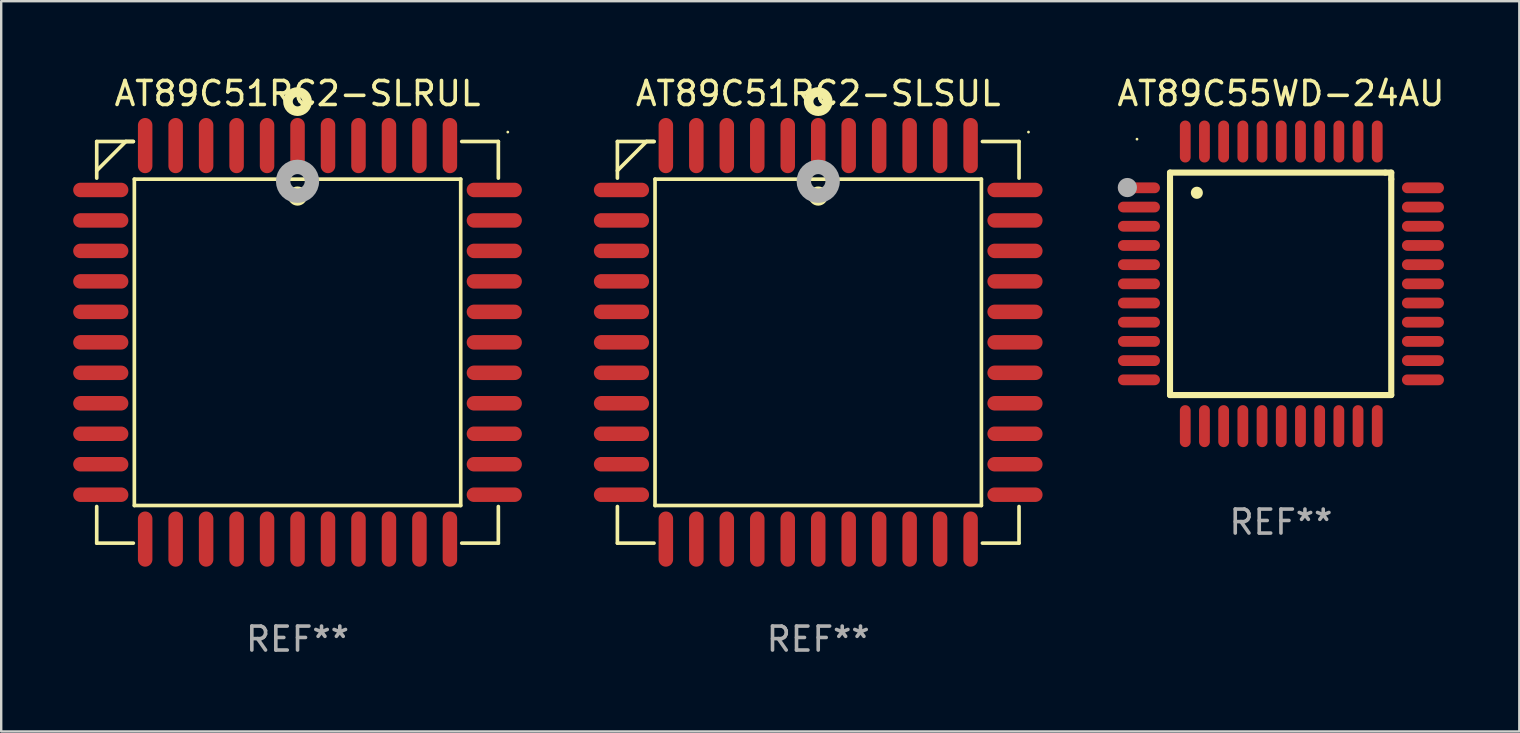
<source format=kicad_pcb>
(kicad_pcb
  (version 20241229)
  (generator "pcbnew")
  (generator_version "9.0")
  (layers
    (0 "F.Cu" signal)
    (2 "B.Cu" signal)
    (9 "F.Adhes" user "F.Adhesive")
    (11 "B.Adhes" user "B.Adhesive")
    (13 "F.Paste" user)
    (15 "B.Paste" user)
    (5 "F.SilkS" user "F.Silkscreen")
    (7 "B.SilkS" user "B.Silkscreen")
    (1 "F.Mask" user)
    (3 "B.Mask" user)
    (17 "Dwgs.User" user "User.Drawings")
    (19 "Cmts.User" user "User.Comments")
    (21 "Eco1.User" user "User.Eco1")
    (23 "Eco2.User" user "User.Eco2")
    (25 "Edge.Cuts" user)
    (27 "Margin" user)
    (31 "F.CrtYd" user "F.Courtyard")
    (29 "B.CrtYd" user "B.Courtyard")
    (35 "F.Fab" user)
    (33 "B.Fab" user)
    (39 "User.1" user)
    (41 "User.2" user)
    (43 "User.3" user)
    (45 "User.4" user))
  (footprint "AT89C55WD-24AU"
    (layer "F.Cu")
    (at 50.335 8.779)
    (property "Reference" "AT89C55WD-24AU" (at 0 -7.931 0) (layer "F.SilkS") (effects (font (size 1 1) (thickness 0.15))))
    (attr through_hole)
    (fp_line (start -4.623 -4.636) (end 4.35 -4.636) (stroke (width 0.254) (type solid)) (layer "F.SilkS"))
    (fp_line (start -4.623 4.636) (end -4.623 -4.636) (stroke (width 0.254) (type solid)) (layer "F.SilkS"))
    (fp_line (start 4.35 -4.636) (end 4.597 -4.636) (stroke (width 0.254) (type solid)) (layer "F.SilkS"))
    (fp_line (start 4.597 -4.636) (end 4.597 -4.363) (stroke (width 0.254) (type solid)) (layer "F.SilkS"))
    (fp_line (start 4.597 -4.363) (end 4.597 4.636) (stroke (width 0.254) (type solid)) (layer "F.SilkS"))
    (fp_line (start 4.597 4.636) (end -4.623 4.636) (stroke (width 0.254) (type solid)) (layer "F.SilkS"))
    (fp_arc (start -3.505207 -3.792228) (mid -3.50522 -3.794768) (end -3.505207 -3.797308) (stroke (width 0.5) (type solid)) (layer "F.SilkS"))
    (fp_circle (center -6 -6.03) (end -5.97 -6.03) (stroke (width 0.06) (type solid)) (fill no) (layer "F.SilkS"))
    (fp_circle (center -6.401 -4.013) (end -6.201 -4.013) (stroke (width 0.4) (type solid)) (fill no) (layer "F.Fab"))
    (fp_text user "REF**" (at 0 9.931 0) (layer "F.Fab") (effects (font (size 1 1) (thickness 0.15))))
    (pad "1" smd oval (at -5.918 -4.001 90) (size 0.45 1.75) (layers "F.Cu" "F.Mask" "F.Paste"))
    (pad "2" smd oval (at -5.918 -3.2 90) (size 0.45 1.75) (layers "F.Cu" "F.Mask" "F.Paste"))
    (pad "3" smd oval (at -5.918 -2.4 90) (size 0.45 1.75) (layers "F.Cu" "F.Mask" "F.Paste"))
    (pad "4" smd oval (at -5.918 -1.6 90) (size 0.45 1.75) (layers "F.Cu" "F.Mask" "F.Paste"))
    (pad "5" smd oval (at -5.918 -0.8 90) (size 0.45 1.75) (layers "F.Cu" "F.Mask" "F.Paste"))
    (pad "6" smd oval (at -5.918 0 90) (size 0.45 1.75) (layers "F.Cu" "F.Mask" "F.Paste"))
    (pad "7" smd oval (at -5.918 0.8 90) (size 0.45 1.75) (layers "F.Cu" "F.Mask" "F.Paste"))
    (pad "8" smd oval (at -5.918 1.6 90) (size 0.45 1.75) (layers "F.Cu" "F.Mask" "F.Paste"))
    (pad "9" smd oval (at -5.918 2.4 90) (size 0.45 1.75) (layers "F.Cu" "F.Mask" "F.Paste"))
    (pad "10" smd oval (at -5.918 3.2 90) (size 0.45 1.75) (layers "F.Cu" "F.Mask" "F.Paste"))
    (pad "11" smd oval (at -5.918 4.001 90) (size 0.45 1.75) (layers "F.Cu" "F.Mask" "F.Paste"))
    (pad "12" smd oval (at -3.988 5.931) (size 0.45 1.75) (layers "F.Cu" "F.Mask" "F.Paste"))
    (pad "13" smd oval (at -3.188 5.931) (size 0.45 1.75) (layers "F.Cu" "F.Mask" "F.Paste"))
    (pad "14" smd oval (at -2.388 5.931) (size 0.45 1.75) (layers "F.Cu" "F.Mask" "F.Paste"))
    (pad "15" smd oval (at -1.588 5.931) (size 0.45 1.75) (layers "F.Cu" "F.Mask" "F.Paste"))
    (pad "16" smd oval (at -0.787 5.931) (size 0.45 1.75) (layers "F.Cu" "F.Mask" "F.Paste"))
    (pad "17" smd oval (at 0.013 5.931) (size 0.45 1.75) (layers "F.Cu" "F.Mask" "F.Paste"))
    (pad "18" smd oval (at 0.813 5.931) (size 0.45 1.75) (layers "F.Cu" "F.Mask" "F.Paste"))
    (pad "19" smd oval (at 1.613 5.931) (size 0.45 1.75) (layers "F.Cu" "F.Mask" "F.Paste"))
    (pad "20" smd oval (at 2.413 5.931) (size 0.45 1.75) (layers "F.Cu" "F.Mask" "F.Paste"))
    (pad "21" smd oval (at 3.213 5.931) (size 0.45 1.75) (layers "F.Cu" "F.Mask" "F.Paste"))
    (pad "22" smd oval (at 4.013 5.931) (size 0.45 1.75) (layers "F.Cu" "F.Mask" "F.Paste"))
    (pad "23" smd oval (at 5.918 4.001 90) (size 0.45 1.75) (layers "F.Cu" "F.Mask" "F.Paste"))
    (pad "24" smd oval (at 5.918 3.2 90) (size 0.45 1.75) (layers "F.Cu" "F.Mask" "F.Paste"))
    (pad "25" smd oval (at 5.918 2.4 90) (size 0.45 1.75) (layers "F.Cu" "F.Mask" "F.Paste"))
    (pad "26" smd oval (at 5.918 1.6 90) (size 0.45 1.75) (layers "F.Cu" "F.Mask" "F.Paste"))
    (pad "27" smd oval (at 5.918 0.8 90) (size 0.45 1.75) (layers "F.Cu" "F.Mask" "F.Paste"))
    (pad "28" smd oval (at 5.918 0 90) (size 0.45 1.75) (layers "F.Cu" "F.Mask" "F.Paste"))
    (pad "29" smd oval (at 5.918 -0.8 90) (size 0.45 1.75) (layers "F.Cu" "F.Mask" "F.Paste"))
    (pad "30" smd oval (at 5.918 -1.6 90) (size 0.45 1.75) (layers "F.Cu" "F.Mask" "F.Paste"))
    (pad "31" smd oval (at 5.918 -2.4 90) (size 0.45 1.75) (layers "F.Cu" "F.Mask" "F.Paste"))
    (pad "32" smd oval (at 5.918 -3.2 90) (size 0.45 1.75) (layers "F.Cu" "F.Mask" "F.Paste"))
    (pad "33" smd oval (at 5.918 -4.001 90) (size 0.45 1.75) (layers "F.Cu" "F.Mask" "F.Paste"))
    (pad "34" smd oval (at 4.013 -5.931) (size 0.45 1.75) (layers "F.Cu" "F.Mask" "F.Paste"))
    (pad "35" smd oval (at 3.213 -5.931) (size 0.45 1.75) (layers "F.Cu" "F.Mask" "F.Paste"))
    (pad "36" smd oval (at 2.413 -5.931) (size 0.45 1.75) (layers "F.Cu" "F.Mask" "F.Paste"))
    (pad "37" smd oval (at 1.613 -5.931) (size 0.45 1.75) (layers "F.Cu" "F.Mask" "F.Paste"))
    (pad "38" smd oval (at 0.813 -5.931) (size 0.45 1.75) (layers "F.Cu" "F.Mask" "F.Paste"))
    (pad "39" smd oval (at 0.013 -5.931) (size 0.45 1.75) (layers "F.Cu" "F.Mask" "F.Paste"))
    (pad "40" smd oval (at -0.787 -5.931) (size 0.45 1.75) (layers "F.Cu" "F.Mask" "F.Paste"))
    (pad "41" smd oval (at -1.588 -5.931) (size 0.45 1.75) (layers "F.Cu" "F.Mask" "F.Paste"))
    (pad "42" smd oval (at -2.388 -5.931) (size 0.45 1.75) (layers "F.Cu" "F.Mask" "F.Paste"))
    (pad "43" smd oval (at -3.188 -5.931) (size 0.45 1.75) (layers "F.Cu" "F.Mask" "F.Paste"))
    (pad "44" smd oval (at -3.988 -5.931) (size 0.45 1.75) (layers "F.Cu" "F.Mask" "F.Paste")))
  (footprint "AT89C51RC2-SLRUL"
    (layer "F.Cu")
    (at 9.35 11.217)
    (property "Reference" "AT89C51RC2-SLRUL" (at 0 -10.369 0) (layer "F.SilkS") (effects (font (size 1 1) (thickness 0.15))))
    (attr through_hole)
    (fp_line (start -8.369 -8.369) (end -8.369 -6.843) (stroke (width 0.152) (type solid)) (layer "F.SilkS"))
    (fp_line (start -8.369 8.369) (end -8.369 6.843) (stroke (width 0.152) (type solid)) (layer "F.SilkS"))
    (fp_line (start -7.156 -8.369) (end -8.369 -7.156) (stroke (width 0.152) (type solid)) (layer "F.SilkS"))
    (fp_line (start -6.843 -8.369) (end -8.369 -8.369) (stroke (width 0.152) (type solid)) (layer "F.SilkS"))
    (fp_line (start -6.843 -8.369) (end -7.156 -8.369) (stroke (width 0.152) (type solid)) (layer "F.SilkS"))
    (fp_line (start -6.843 8.369) (end -8.369 8.369) (stroke (width 0.152) (type solid)) (layer "F.SilkS"))
    (fp_line (start -6.801 -6.801) (end 6.801 -6.801) (stroke (width 0.152) (type solid)) (layer "F.SilkS"))
    (fp_line (start -6.801 6.801) (end -6.801 -6.801) (stroke (width 0.152) (type solid)) (layer "F.SilkS"))
    (fp_line (start 6.801 -6.801) (end 6.801 6.801) (stroke (width 0.152) (type solid)) (layer "F.SilkS"))
    (fp_line (start 6.801 6.801) (end -6.801 6.801) (stroke (width 0.152) (type solid)) (layer "F.SilkS"))
    (fp_line (start 6.843 -8.369) (end 8.369 -8.369) (stroke (width 0.152) (type solid)) (layer "F.SilkS"))
    (fp_line (start 6.843 8.369) (end 8.369 8.369) (stroke (width 0.152) (type solid)) (layer "F.SilkS"))
    (fp_line (start 8.369 -8.369) (end 8.369 -6.843) (stroke (width 0.152) (type solid)) (layer "F.SilkS"))
    (fp_line (start 8.369 8.369) (end 8.369 6.843) (stroke (width 0.152) (type solid)) (layer "F.SilkS"))
    (fp_circle (center -0.000013 -6.096) (end 0.2 -6.096) (stroke (width 0.4) (type solid)) (fill no) (layer "F.SilkS"))
    (fp_circle (center 0.000114 -10.033) (end 0.2 -10.033) (stroke (width 0.4) (type solid)) (fill no) (layer "F.SilkS"))
    (fp_circle (center 8.763 -8.763) (end 8.793 -8.763) (stroke (width 0.06) (type solid)) (fill no) (layer "F.SilkS"))
    (fp_circle (center 0.000114 -6.712) (end 0.3 -6.712) (stroke (width 0.6) (type solid)) (fill no) (layer "F.Fab"))
    (fp_text user "REF**" (at 0 12.369 0) (layer "F.Fab") (effects (font (size 1 1) (thickness 0.15))))
    (pad "1" smd oval (at 0.000114 -8.2) (size 0.604 2.3) (layers "F.Cu" "F.Mask" "F.Paste"))
    (pad "2" smd oval (at -1.27 -8.2) (size 0.604 2.3) (layers "F.Cu" "F.Mask" "F.Paste"))
    (pad "3" smd oval (at -2.54 -8.2) (size 0.604 2.3) (layers "F.Cu" "F.Mask" "F.Paste"))
    (pad "4" smd oval (at -3.81 -8.2) (size 0.604 2.3) (layers "F.Cu" "F.Mask" "F.Paste"))
    (pad "5" smd oval (at -5.08 -8.2) (size 0.604 2.3) (layers "F.Cu" "F.Mask" "F.Paste"))
    (pad "6" smd oval (at -6.35 -8.2) (size 0.604 2.3) (layers "F.Cu" "F.Mask" "F.Paste"))
    (pad "7" smd oval (at -8.2 -6.35) (size 2.3 0.604) (layers "F.Cu" "F.Mask" "F.Paste"))
    (pad "8" smd oval (at -8.2 -5.08) (size 2.3 0.604) (layers "F.Cu" "F.Mask" "F.Paste"))
    (pad "9" smd oval (at -8.2 -3.81) (size 2.3 0.604) (layers "F.Cu" "F.Mask" "F.Paste"))
    (pad "10" smd oval (at -8.2 -2.54) (size 2.3 0.604) (layers "F.Cu" "F.Mask" "F.Paste"))
    (pad "11" smd oval (at -8.2 -1.27) (size 2.3 0.604) (layers "F.Cu" "F.Mask" "F.Paste"))
    (pad "12" smd oval (at -8.2 0.000127) (size 2.3 0.604) (layers "F.Cu" "F.Mask" "F.Paste"))
    (pad "13" smd oval (at -8.2 1.27) (size 2.3 0.604) (layers "F.Cu" "F.Mask" "F.Paste"))
    (pad "14" smd oval (at -8.2 2.54) (size 2.3 0.604) (layers "F.Cu" "F.Mask" "F.Paste"))
    (pad "15" smd oval (at -8.2 3.81) (size 2.3 0.604) (layers "F.Cu" "F.Mask" "F.Paste"))
    (pad "16" smd oval (at -8.2 5.08) (size 2.3 0.604) (layers "F.Cu" "F.Mask" "F.Paste"))
    (pad "17" smd oval (at -8.2 6.35) (size 2.3 0.604) (layers "F.Cu" "F.Mask" "F.Paste"))
    (pad "18" smd oval (at -6.35 8.2) (size 0.604 2.3) (layers "F.Cu" "F.Mask" "F.Paste"))
    (pad "19" smd oval (at -5.08 8.2) (size 0.604 2.3) (layers "F.Cu" "F.Mask" "F.Paste"))
    (pad "20" smd oval (at -3.81 8.2) (size 0.604 2.3) (layers "F.Cu" "F.Mask" "F.Paste"))
    (pad "21" smd oval (at -2.54 8.2) (size 0.604 2.3) (layers "F.Cu" "F.Mask" "F.Paste"))
    (pad "22" smd oval (at -1.27 8.2) (size 0.604 2.3) (layers "F.Cu" "F.Mask" "F.Paste"))
    (pad "23" smd oval (at 0.000114 8.2) (size 0.604 2.3) (layers "F.Cu" "F.Mask" "F.Paste"))
    (pad "24" smd oval (at 1.27 8.2) (size 0.604 2.3) (layers "F.Cu" "F.Mask" "F.Paste"))
    (pad "25" smd oval (at 2.54 8.2) (size 0.604 2.3) (layers "F.Cu" "F.Mask" "F.Paste"))
    (pad "26" smd oval (at 3.81 8.2) (size 0.604 2.3) (layers "F.Cu" "F.Mask" "F.Paste"))
    (pad "27" smd oval (at 5.08 8.2) (size 0.604 2.3) (layers "F.Cu" "F.Mask" "F.Paste"))
    (pad "28" smd oval (at 6.35 8.2) (size 0.604 2.3) (layers "F.Cu" "F.Mask" "F.Paste"))
    (pad "29" smd oval (at 8.2 6.35) (size 2.3 0.604) (layers "F.Cu" "F.Mask" "F.Paste"))
    (pad "30" smd oval (at 8.2 5.08) (size 2.3 0.604) (layers "F.Cu" "F.Mask" "F.Paste"))
    (pad "31" smd oval (at 8.2 3.81) (size 2.3 0.604) (layers "F.Cu" "F.Mask" "F.Paste"))
    (pad "32" smd oval (at 8.2 2.54) (size 2.3 0.604) (layers "F.Cu" "F.Mask" "F.Paste"))
    (pad "33" smd oval (at 8.2 1.27) (size 2.3 0.604) (layers "F.Cu" "F.Mask" "F.Paste"))
    (pad "34" smd oval (at 8.2 0.000127) (size 2.3 0.604) (layers "F.Cu" "F.Mask" "F.Paste"))
    (pad "35" smd oval (at 8.2 -1.27) (size 2.3 0.604) (layers "F.Cu" "F.Mask" "F.Paste"))
    (pad "36" smd oval (at 8.2 -2.54) (size 2.3 0.604) (layers "F.Cu" "F.Mask" "F.Paste"))
    (pad "37" smd oval (at 8.2 -3.81) (size 2.3 0.604) (layers "F.Cu" "F.Mask" "F.Paste"))
    (pad "38" smd oval (at 8.2 -5.08) (size 2.3 0.604) (layers "F.Cu" "F.Mask" "F.Paste"))
    (pad "39" smd oval (at 8.2 -6.35) (size 2.3 0.604) (layers "F.Cu" "F.Mask" "F.Paste"))
    (pad "40" smd oval (at 6.35 -8.2) (size 0.604 2.3) (layers "F.Cu" "F.Mask" "F.Paste"))
    (pad "41" smd oval (at 5.08 -8.2) (size 0.604 2.3) (layers "F.Cu" "F.Mask" "F.Paste"))
    (pad "42" smd oval (at 3.81 -8.2) (size 0.604 2.3) (layers "F.Cu" "F.Mask" "F.Paste"))
    (pad "43" smd oval (at 2.54 -8.2) (size 0.604 2.3) (layers "F.Cu" "F.Mask" "F.Paste"))
    (pad "44" smd oval (at 1.27 -8.2) (size 0.604 2.3) (layers "F.Cu" "F.Mask" "F.Paste")))
  (footprint "AT89C51RC2-SLSUL"
    (layer "F.Cu")
    (at 31.05 11.217)
    (property "Reference" "AT89C51RC2-SLSUL" (at 0 -10.369 0) (layer "F.SilkS") (effects (font (size 1 1) (thickness 0.15))))
    (attr through_hole)
    (fp_line (start -8.369 -8.369) (end -8.369 -6.843) (stroke (width 0.152) (type solid)) (layer "F.SilkS"))
    (fp_line (start -8.369 8.369) (end -8.369 6.843) (stroke (width 0.152) (type solid)) (layer "F.SilkS"))
    (fp_line (start -7.156 -8.369) (end -8.369 -7.156) (stroke (width 0.152) (type solid)) (layer "F.SilkS"))
    (fp_line (start -6.843 -8.369) (end -8.369 -8.369) (stroke (width 0.152) (type solid)) (layer "F.SilkS"))
    (fp_line (start -6.843 -8.369) (end -7.156 -8.369) (stroke (width 0.152) (type solid)) (layer "F.SilkS"))
    (fp_line (start -6.843 8.369) (end -8.369 8.369) (stroke (width 0.152) (type solid)) (layer "F.SilkS"))
    (fp_line (start -6.801 -6.801) (end 6.801 -6.801) (stroke (width 0.152) (type solid)) (layer "F.SilkS"))
    (fp_line (start -6.801 6.801) (end -6.801 -6.801) (stroke (width 0.152) (type solid)) (layer "F.SilkS"))
    (fp_line (start 6.801 -6.801) (end 6.801 6.801) (stroke (width 0.152) (type solid)) (layer "F.SilkS"))
    (fp_line (start 6.801 6.801) (end -6.801 6.801) (stroke (width 0.152) (type solid)) (layer "F.SilkS"))
    (fp_line (start 6.843 -8.369) (end 8.369 -8.369) (stroke (width 0.152) (type solid)) (layer "F.SilkS"))
    (fp_line (start 6.843 8.369) (end 8.369 8.369) (stroke (width 0.152) (type solid)) (layer "F.SilkS"))
    (fp_line (start 8.369 -8.369) (end 8.369 -6.843) (stroke (width 0.152) (type solid)) (layer "F.SilkS"))
    (fp_line (start 8.369 8.369) (end 8.369 6.843) (stroke (width 0.152) (type solid)) (layer "F.SilkS"))
    (fp_circle (center -0.000013 -6.096) (end 0.2 -6.096) (stroke (width 0.4) (type solid)) (fill no) (layer "F.SilkS"))
    (fp_circle (center 0.000114 -10.033) (end 0.2 -10.033) (stroke (width 0.4) (type solid)) (fill no) (layer "F.SilkS"))
    (fp_circle (center 8.763 -8.763) (end 8.793 -8.763) (stroke (width 0.06) (type solid)) (fill no) (layer "F.SilkS"))
    (fp_circle (center 0.000114 -6.712) (end 0.3 -6.712) (stroke (width 0.6) (type solid)) (fill no) (layer "F.Fab"))
    (fp_text user "REF**" (at 0 12.369 0) (layer "F.Fab") (effects (font (size 1 1) (thickness 0.15))))
    (pad "1" smd oval (at 0.000114 -8.2) (size 0.604 2.3) (layers "F.Cu" "F.Mask" "F.Paste"))
    (pad "2" smd oval (at -1.27 -8.2) (size 0.604 2.3) (layers "F.Cu" "F.Mask" "F.Paste"))
    (pad "3" smd oval (at -2.54 -8.2) (size 0.604 2.3) (layers "F.Cu" "F.Mask" "F.Paste"))
    (pad "4" smd oval (at -3.81 -8.2) (size 0.604 2.3) (layers "F.Cu" "F.Mask" "F.Paste"))
    (pad "5" smd oval (at -5.08 -8.2) (size 0.604 2.3) (layers "F.Cu" "F.Mask" "F.Paste"))
    (pad "6" smd oval (at -6.35 -8.2) (size 0.604 2.3) (layers "F.Cu" "F.Mask" "F.Paste"))
    (pad "7" smd oval (at -8.2 -6.35) (size 2.3 0.604) (layers "F.Cu" "F.Mask" "F.Paste"))
    (pad "8" smd oval (at -8.2 -5.08) (size 2.3 0.604) (layers "F.Cu" "F.Mask" "F.Paste"))
    (pad "9" smd oval (at -8.2 -3.81) (size 2.3 0.604) (layers "F.Cu" "F.Mask" "F.Paste"))
    (pad "10" smd oval (at -8.2 -2.54) (size 2.3 0.604) (layers "F.Cu" "F.Mask" "F.Paste"))
    (pad "11" smd oval (at -8.2 -1.27) (size 2.3 0.604) (layers "F.Cu" "F.Mask" "F.Paste"))
    (pad "12" smd oval (at -8.2 0.000127) (size 2.3 0.604) (layers "F.Cu" "F.Mask" "F.Paste"))
    (pad "13" smd oval (at -8.2 1.27) (size 2.3 0.604) (layers "F.Cu" "F.Mask" "F.Paste"))
    (pad "14" smd oval (at -8.2 2.54) (size 2.3 0.604) (layers "F.Cu" "F.Mask" "F.Paste"))
    (pad "15" smd oval (at -8.2 3.81) (size 2.3 0.604) (layers "F.Cu" "F.Mask" "F.Paste"))
    (pad "16" smd oval (at -8.2 5.08) (size 2.3 0.604) (layers "F.Cu" "F.Mask" "F.Paste"))
    (pad "17" smd oval (at -8.2 6.35) (size 2.3 0.604) (layers "F.Cu" "F.Mask" "F.Paste"))
    (pad "18" smd oval (at -6.35 8.2) (size 0.604 2.3) (layers "F.Cu" "F.Mask" "F.Paste"))
    (pad "19" smd oval (at -5.08 8.2) (size 0.604 2.3) (layers "F.Cu" "F.Mask" "F.Paste"))
    (pad "20" smd oval (at -3.81 8.2) (size 0.604 2.3) (layers "F.Cu" "F.Mask" "F.Paste"))
    (pad "21" smd oval (at -2.54 8.2) (size 0.604 2.3) (layers "F.Cu" "F.Mask" "F.Paste"))
    (pad "22" smd oval (at -1.27 8.2) (size 0.604 2.3) (layers "F.Cu" "F.Mask" "F.Paste"))
    (pad "23" smd oval (at 0.000114 8.2) (size 0.604 2.3) (layers "F.Cu" "F.Mask" "F.Paste"))
    (pad "24" smd oval (at 1.27 8.2) (size 0.604 2.3) (layers "F.Cu" "F.Mask" "F.Paste"))
    (pad "25" smd oval (at 2.54 8.2) (size 0.604 2.3) (layers "F.Cu" "F.Mask" "F.Paste"))
    (pad "26" smd oval (at 3.81 8.2) (size 0.604 2.3) (layers "F.Cu" "F.Mask" "F.Paste"))
    (pad "27" smd oval (at 5.08 8.2) (size 0.604 2.3) (layers "F.Cu" "F.Mask" "F.Paste"))
    (pad "28" smd oval (at 6.35 8.2) (size 0.604 2.3) (layers "F.Cu" "F.Mask" "F.Paste"))
    (pad "29" smd oval (at 8.2 6.35) (size 2.3 0.604) (layers "F.Cu" "F.Mask" "F.Paste"))
    (pad "30" smd oval (at 8.2 5.08) (size 2.3 0.604) (layers "F.Cu" "F.Mask" "F.Paste"))
    (pad "31" smd oval (at 8.2 3.81) (size 2.3 0.604) (layers "F.Cu" "F.Mask" "F.Paste"))
    (pad "32" smd oval (at 8.2 2.54) (size 2.3 0.604) (layers "F.Cu" "F.Mask" "F.Paste"))
    (pad "33" smd oval (at 8.2 1.27) (size 2.3 0.604) (layers "F.Cu" "F.Mask" "F.Paste"))
    (pad "34" smd oval (at 8.2 0.000127) (size 2.3 0.604) (layers "F.Cu" "F.Mask" "F.Paste"))
    (pad "35" smd oval (at 8.2 -1.27) (size 2.3 0.604) (layers "F.Cu" "F.Mask" "F.Paste"))
    (pad "36" smd oval (at 8.2 -2.54) (size 2.3 0.604) (layers "F.Cu" "F.Mask" "F.Paste"))
    (pad "37" smd oval (at 8.2 -3.81) (size 2.3 0.604) (layers "F.Cu" "F.Mask" "F.Paste"))
    (pad "38" smd oval (at 8.2 -5.08) (size 2.3 0.604) (layers "F.Cu" "F.Mask" "F.Paste"))
    (pad "39" smd oval (at 8.2 -6.35) (size 2.3 0.604) (layers "F.Cu" "F.Mask" "F.Paste"))
    (pad "40" smd oval (at 6.35 -8.2) (size 0.604 2.3) (layers "F.Cu" "F.Mask" "F.Paste"))
    (pad "41" smd oval (at 5.08 -8.2) (size 0.604 2.3) (layers "F.Cu" "F.Mask" "F.Paste"))
    (pad "42" smd oval (at 3.81 -8.2) (size 0.604 2.3) (layers "F.Cu" "F.Mask" "F.Paste"))
    (pad "43" smd oval (at 2.54 -8.2) (size 0.604 2.3) (layers "F.Cu" "F.Mask" "F.Paste"))
    (pad "44" smd oval (at 1.27 -8.2) (size 0.604 2.3) (layers "F.Cu" "F.Mask" "F.Paste")))
  (gr_rect
    (start -3 -3)
    (end 60.269 27.435)
    (stroke (width 0.1) (type default))
    (fill no)
    (layer "Edge.Cuts")))
</source>
